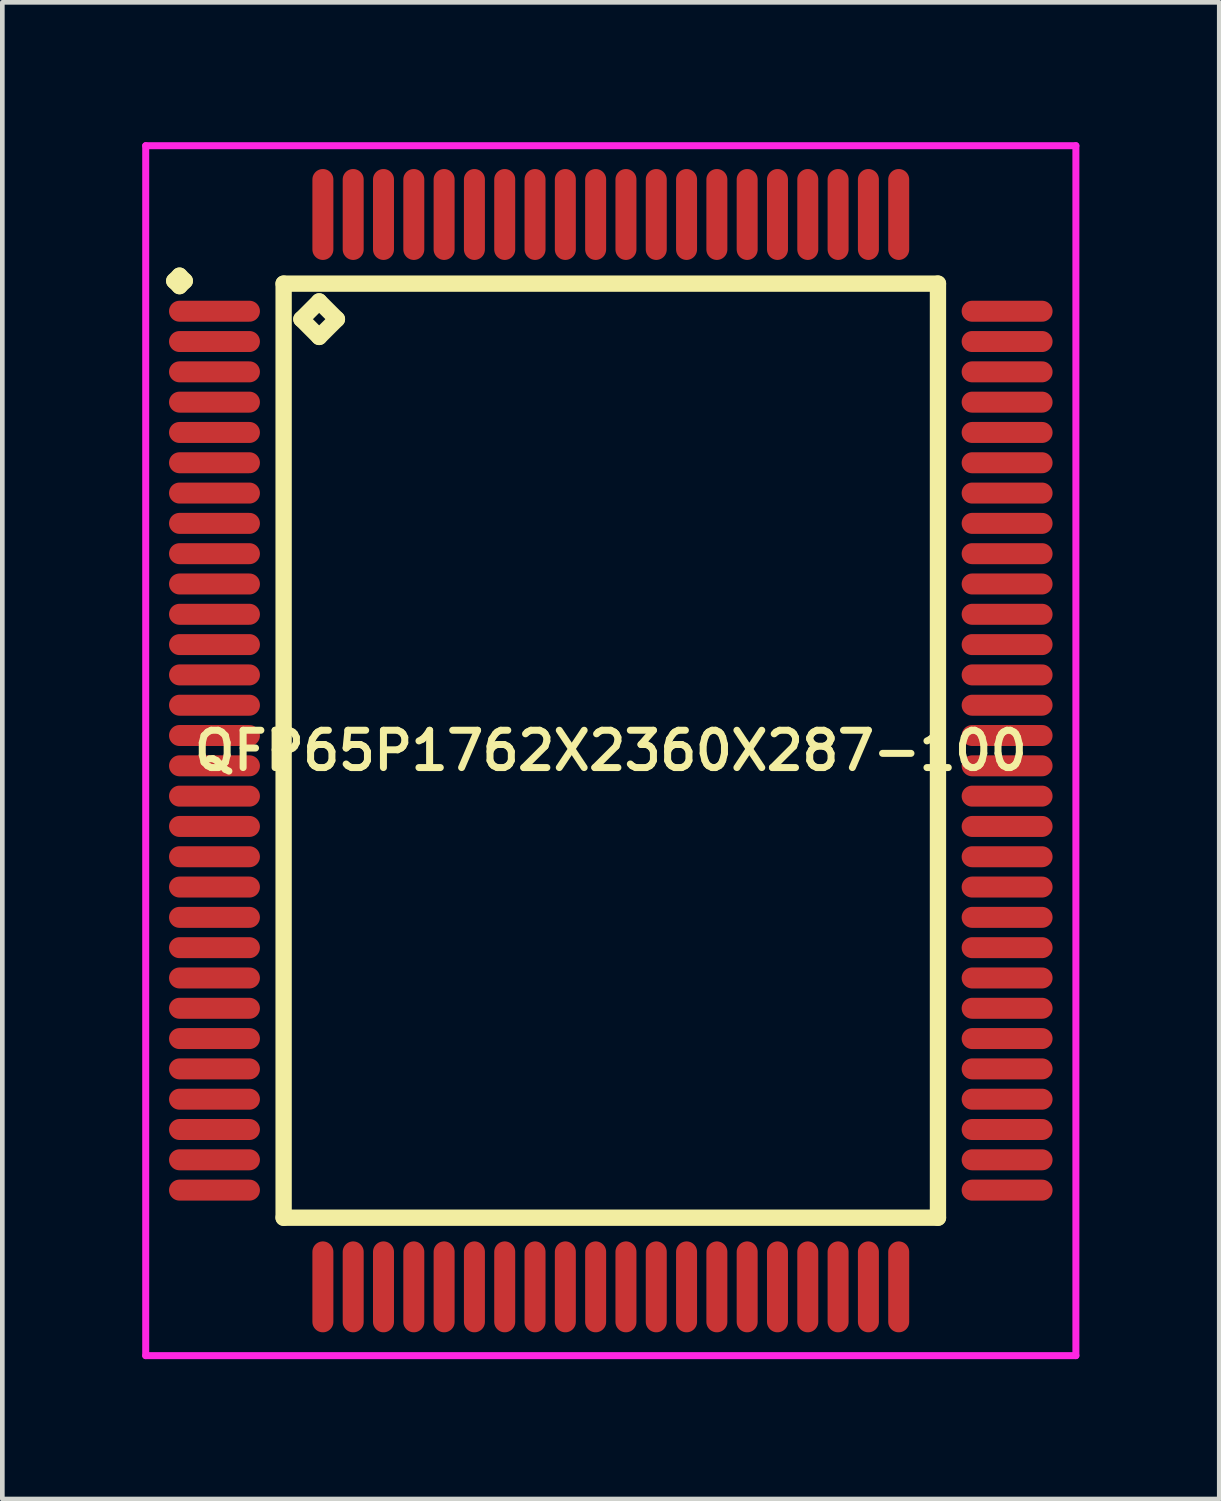
<source format=kicad_pcb>
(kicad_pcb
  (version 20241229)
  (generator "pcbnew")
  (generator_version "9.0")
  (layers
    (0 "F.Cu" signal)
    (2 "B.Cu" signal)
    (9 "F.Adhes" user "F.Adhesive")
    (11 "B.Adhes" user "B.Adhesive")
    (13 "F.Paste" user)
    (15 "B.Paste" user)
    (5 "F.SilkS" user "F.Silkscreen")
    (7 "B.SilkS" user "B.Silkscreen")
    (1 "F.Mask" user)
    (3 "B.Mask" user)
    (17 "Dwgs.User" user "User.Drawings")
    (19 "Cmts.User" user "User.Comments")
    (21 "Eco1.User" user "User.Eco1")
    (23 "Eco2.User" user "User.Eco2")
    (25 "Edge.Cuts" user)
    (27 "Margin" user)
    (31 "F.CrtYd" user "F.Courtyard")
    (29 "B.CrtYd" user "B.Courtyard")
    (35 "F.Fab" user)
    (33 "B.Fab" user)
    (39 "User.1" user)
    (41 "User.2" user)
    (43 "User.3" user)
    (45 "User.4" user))
  (footprint "QFP65P1762X2360X287-100"
    (layer "F.Cu")
    (at 10.05 13.05)
    (property "Reference" "QFP65P1762X2360X287-100" (at 0 0 0) (layer "F.SilkS") (effects (font (size 0.8 0.8) (thickness 0.15))))
    (attr smd)
    (fp_line (start -9.363 -10.075) (end -9.25 -10.188) (stroke (width 0.35) (type solid)) (layer "F.SilkS"))
    (fp_line (start -9.25 -10.188) (end -9.137 -10.075) (stroke (width 0.35) (type solid)) (layer "F.SilkS"))
    (fp_line (start -9.25 -9.963) (end -9.363 -10.075) (stroke (width 0.35) (type solid)) (layer "F.SilkS"))
    (fp_line (start -9.137 -10.075) (end -9.25 -9.963) (stroke (width 0.35) (type solid)) (layer "F.SilkS"))
    (fp_line (start -7.017 -10.017) (end -7.017 10.017) (stroke (width 0.35) (type solid)) (layer "F.SilkS"))
    (fp_line (start -7.017 10.017) (end 7.017 10.017) (stroke (width 0.35) (type solid)) (layer "F.SilkS"))
    (fp_line (start -6.636 -9.255) (end -6.255 -9.636) (stroke (width 0.35) (type solid)) (layer "F.SilkS"))
    (fp_line (start -6.255 -9.636) (end -5.874 -9.255) (stroke (width 0.35) (type solid)) (layer "F.SilkS"))
    (fp_line (start -6.255 -8.874) (end -6.636 -9.255) (stroke (width 0.35) (type solid)) (layer "F.SilkS"))
    (fp_line (start -5.874 -9.255) (end -6.255 -8.874) (stroke (width 0.35) (type solid)) (layer "F.SilkS"))
    (fp_line (start 7.017 -10.017) (end -7.017 -10.017) (stroke (width 0.35) (type solid)) (layer "F.SilkS"))
    (fp_line (start 7.017 10.017) (end 7.017 -10.017) (stroke (width 0.35) (type solid)) (layer "F.SilkS"))
    (fp_line (start -9.975 -12.975) (end 9.975 -12.975) (stroke (width 0.15) (type solid)) (layer "F.CrtYd"))
    (fp_line (start -9.975 12.975) (end -9.975 -12.975) (stroke (width 0.15) (type solid)) (layer "F.CrtYd"))
    (fp_line (start 9.975 -12.975) (end 9.975 12.975) (stroke (width 0.15) (type solid)) (layer "F.CrtYd"))
    (fp_line (start 9.975 12.975) (end -9.975 12.975) (stroke (width 0.15) (type solid)) (layer "F.CrtYd"))
    (pad "1" smd oval (at -8.5 -9.425) (size 1.95 0.45) (layers "F.Cu" "F.Mask" "F.Paste"))
    (pad "2" smd oval (at -8.5 -8.775) (size 1.95 0.45) (layers "F.Cu" "F.Mask" "F.Paste"))
    (pad "3" smd oval (at -8.5 -8.125) (size 1.95 0.45) (layers "F.Cu" "F.Mask" "F.Paste"))
    (pad "4" smd oval (at -8.5 -7.475) (size 1.95 0.45) (layers "F.Cu" "F.Mask" "F.Paste"))
    (pad "5" smd oval (at -8.5 -6.825) (size 1.95 0.45) (layers "F.Cu" "F.Mask" "F.Paste"))
    (pad "6" smd oval (at -8.5 -6.175) (size 1.95 0.45) (layers "F.Cu" "F.Mask" "F.Paste"))
    (pad "7" smd oval (at -8.5 -5.525) (size 1.95 0.45) (layers "F.Cu" "F.Mask" "F.Paste"))
    (pad "8" smd oval (at -8.5 -4.875) (size 1.95 0.45) (layers "F.Cu" "F.Mask" "F.Paste"))
    (pad "9" smd oval (at -8.5 -4.225) (size 1.95 0.45) (layers "F.Cu" "F.Mask" "F.Paste"))
    (pad "10" smd oval (at -8.5 -3.575) (size 1.95 0.45) (layers "F.Cu" "F.Mask" "F.Paste"))
    (pad "11" smd oval (at -8.5 -2.925) (size 1.95 0.45) (layers "F.Cu" "F.Mask" "F.Paste"))
    (pad "12" smd oval (at -8.5 -2.275) (size 1.95 0.45) (layers "F.Cu" "F.Mask" "F.Paste"))
    (pad "13" smd oval (at -8.5 -1.625) (size 1.95 0.45) (layers "F.Cu" "F.Mask" "F.Paste"))
    (pad "14" smd oval (at -8.5 -0.975) (size 1.95 0.45) (layers "F.Cu" "F.Mask" "F.Paste"))
    (pad "15" smd oval (at -8.5 -0.325) (size 1.95 0.45) (layers "F.Cu" "F.Mask" "F.Paste"))
    (pad "16" smd oval (at -8.5 0.325) (size 1.95 0.45) (layers "F.Cu" "F.Mask" "F.Paste"))
    (pad "17" smd oval (at -8.5 0.975) (size 1.95 0.45) (layers "F.Cu" "F.Mask" "F.Paste"))
    (pad "18" smd oval (at -8.5 1.625) (size 1.95 0.45) (layers "F.Cu" "F.Mask" "F.Paste"))
    (pad "19" smd oval (at -8.5 2.275) (size 1.95 0.45) (layers "F.Cu" "F.Mask" "F.Paste"))
    (pad "20" smd oval (at -8.5 2.925) (size 1.95 0.45) (layers "F.Cu" "F.Mask" "F.Paste"))
    (pad "21" smd oval (at -8.5 3.575) (size 1.95 0.45) (layers "F.Cu" "F.Mask" "F.Paste"))
    (pad "22" smd oval (at -8.5 4.225) (size 1.95 0.45) (layers "F.Cu" "F.Mask" "F.Paste"))
    (pad "23" smd oval (at -8.5 4.875) (size 1.95 0.45) (layers "F.Cu" "F.Mask" "F.Paste"))
    (pad "24" smd oval (at -8.5 5.525) (size 1.95 0.45) (layers "F.Cu" "F.Mask" "F.Paste"))
    (pad "25" smd oval (at -8.5 6.175) (size 1.95 0.45) (layers "F.Cu" "F.Mask" "F.Paste"))
    (pad "26" smd oval (at -8.5 6.825) (size 1.95 0.45) (layers "F.Cu" "F.Mask" "F.Paste"))
    (pad "27" smd oval (at -8.5 7.475) (size 1.95 0.45) (layers "F.Cu" "F.Mask" "F.Paste"))
    (pad "28" smd oval (at -8.5 8.125) (size 1.95 0.45) (layers "F.Cu" "F.Mask" "F.Paste"))
    (pad "29" smd oval (at -8.5 8.775) (size 1.95 0.45) (layers "F.Cu" "F.Mask" "F.Paste"))
    (pad "30" smd oval (at -8.5 9.425) (size 1.95 0.45) (layers "F.Cu" "F.Mask" "F.Paste"))
    (pad "31" smd oval (at -6.175 11.5) (size 0.45 1.95) (layers "F.Cu" "F.Mask" "F.Paste"))
    (pad "32" smd oval (at -5.525 11.5) (size 0.45 1.95) (layers "F.Cu" "F.Mask" "F.Paste"))
    (pad "33" smd oval (at -4.875 11.5) (size 0.45 1.95) (layers "F.Cu" "F.Mask" "F.Paste"))
    (pad "34" smd oval (at -4.225 11.5) (size 0.45 1.95) (layers "F.Cu" "F.Mask" "F.Paste"))
    (pad "35" smd oval (at -3.575 11.5) (size 0.45 1.95) (layers "F.Cu" "F.Mask" "F.Paste"))
    (pad "36" smd oval (at -2.925 11.5) (size 0.45 1.95) (layers "F.Cu" "F.Mask" "F.Paste"))
    (pad "37" smd oval (at -2.275 11.5) (size 0.45 1.95) (layers "F.Cu" "F.Mask" "F.Paste"))
    (pad "38" smd oval (at -1.625 11.5) (size 0.45 1.95) (layers "F.Cu" "F.Mask" "F.Paste"))
    (pad "39" smd oval (at -0.975 11.5) (size 0.45 1.95) (layers "F.Cu" "F.Mask" "F.Paste"))
    (pad "40" smd oval (at -0.325 11.5) (size 0.45 1.95) (layers "F.Cu" "F.Mask" "F.Paste"))
    (pad "41" smd oval (at 0.325 11.5) (size 0.45 1.95) (layers "F.Cu" "F.Mask" "F.Paste"))
    (pad "42" smd oval (at 0.975 11.5) (size 0.45 1.95) (layers "F.Cu" "F.Mask" "F.Paste"))
    (pad "43" smd oval (at 1.625 11.5) (size 0.45 1.95) (layers "F.Cu" "F.Mask" "F.Paste"))
    (pad "44" smd oval (at 2.275 11.5) (size 0.45 1.95) (layers "F.Cu" "F.Mask" "F.Paste"))
    (pad "45" smd oval (at 2.925 11.5) (size 0.45 1.95) (layers "F.Cu" "F.Mask" "F.Paste"))
    (pad "46" smd oval (at 3.575 11.5) (size 0.45 1.95) (layers "F.Cu" "F.Mask" "F.Paste"))
    (pad "47" smd oval (at 4.225 11.5) (size 0.45 1.95) (layers "F.Cu" "F.Mask" "F.Paste"))
    (pad "48" smd oval (at 4.875 11.5) (size 0.45 1.95) (layers "F.Cu" "F.Mask" "F.Paste"))
    (pad "49" smd oval (at 5.525 11.5) (size 0.45 1.95) (layers "F.Cu" "F.Mask" "F.Paste"))
    (pad "50" smd oval (at 6.175 11.5) (size 0.45 1.95) (layers "F.Cu" "F.Mask" "F.Paste"))
    (pad "51" smd oval (at 8.5 9.425) (size 1.95 0.45) (layers "F.Cu" "F.Mask" "F.Paste"))
    (pad "52" smd oval (at 8.5 8.775) (size 1.95 0.45) (layers "F.Cu" "F.Mask" "F.Paste"))
    (pad "53" smd oval (at 8.5 8.125) (size 1.95 0.45) (layers "F.Cu" "F.Mask" "F.Paste"))
    (pad "54" smd oval (at 8.5 7.475) (size 1.95 0.45) (layers "F.Cu" "F.Mask" "F.Paste"))
    (pad "55" smd oval (at 8.5 6.825) (size 1.95 0.45) (layers "F.Cu" "F.Mask" "F.Paste"))
    (pad "56" smd oval (at 8.5 6.175) (size 1.95 0.45) (layers "F.Cu" "F.Mask" "F.Paste"))
    (pad "57" smd oval (at 8.5 5.525) (size 1.95 0.45) (layers "F.Cu" "F.Mask" "F.Paste"))
    (pad "58" smd oval (at 8.5 4.875) (size 1.95 0.45) (layers "F.Cu" "F.Mask" "F.Paste"))
    (pad "59" smd oval (at 8.5 4.225) (size 1.95 0.45) (layers "F.Cu" "F.Mask" "F.Paste"))
    (pad "60" smd oval (at 8.5 3.575) (size 1.95 0.45) (layers "F.Cu" "F.Mask" "F.Paste"))
    (pad "61" smd oval (at 8.5 2.925) (size 1.95 0.45) (layers "F.Cu" "F.Mask" "F.Paste"))
    (pad "62" smd oval (at 8.5 2.275) (size 1.95 0.45) (layers "F.Cu" "F.Mask" "F.Paste"))
    (pad "63" smd oval (at 8.5 1.625) (size 1.95 0.45) (layers "F.Cu" "F.Mask" "F.Paste"))
    (pad "64" smd oval (at 8.5 0.975) (size 1.95 0.45) (layers "F.Cu" "F.Mask" "F.Paste"))
    (pad "65" smd oval (at 8.5 0.325) (size 1.95 0.45) (layers "F.Cu" "F.Mask" "F.Paste"))
    (pad "66" smd oval (at 8.5 -0.325) (size 1.95 0.45) (layers "F.Cu" "F.Mask" "F.Paste"))
    (pad "67" smd oval (at 8.5 -0.975) (size 1.95 0.45) (layers "F.Cu" "F.Mask" "F.Paste"))
    (pad "68" smd oval (at 8.5 -1.625) (size 1.95 0.45) (layers "F.Cu" "F.Mask" "F.Paste"))
    (pad "69" smd oval (at 8.5 -2.275) (size 1.95 0.45) (layers "F.Cu" "F.Mask" "F.Paste"))
    (pad "70" smd oval (at 8.5 -2.925) (size 1.95 0.45) (layers "F.Cu" "F.Mask" "F.Paste"))
    (pad "71" smd oval (at 8.5 -3.575) (size 1.95 0.45) (layers "F.Cu" "F.Mask" "F.Paste"))
    (pad "72" smd oval (at 8.5 -4.225) (size 1.95 0.45) (layers "F.Cu" "F.Mask" "F.Paste"))
    (pad "73" smd oval (at 8.5 -4.875) (size 1.95 0.45) (layers "F.Cu" "F.Mask" "F.Paste"))
    (pad "74" smd oval (at 8.5 -5.525) (size 1.95 0.45) (layers "F.Cu" "F.Mask" "F.Paste"))
    (pad "75" smd oval (at 8.5 -6.175) (size 1.95 0.45) (layers "F.Cu" "F.Mask" "F.Paste"))
    (pad "76" smd oval (at 8.5 -6.825) (size 1.95 0.45) (layers "F.Cu" "F.Mask" "F.Paste"))
    (pad "77" smd oval (at 8.5 -7.475) (size 1.95 0.45) (layers "F.Cu" "F.Mask" "F.Paste"))
    (pad "78" smd oval (at 8.5 -8.125) (size 1.95 0.45) (layers "F.Cu" "F.Mask" "F.Paste"))
    (pad "79" smd oval (at 8.5 -8.775) (size 1.95 0.45) (layers "F.Cu" "F.Mask" "F.Paste"))
    (pad "80" smd oval (at 8.5 -9.425) (size 1.95 0.45) (layers "F.Cu" "F.Mask" "F.Paste"))
    (pad "81" smd oval (at 6.175 -11.5) (size 0.45 1.95) (layers "F.Cu" "F.Mask" "F.Paste"))
    (pad "82" smd oval (at 5.525 -11.5) (size 0.45 1.95) (layers "F.Cu" "F.Mask" "F.Paste"))
    (pad "83" smd oval (at 4.875 -11.5) (size 0.45 1.95) (layers "F.Cu" "F.Mask" "F.Paste"))
    (pad "84" smd oval (at 4.225 -11.5) (size 0.45 1.95) (layers "F.Cu" "F.Mask" "F.Paste"))
    (pad "85" smd oval (at 3.575 -11.5) (size 0.45 1.95) (layers "F.Cu" "F.Mask" "F.Paste"))
    (pad "86" smd oval (at 2.925 -11.5) (size 0.45 1.95) (layers "F.Cu" "F.Mask" "F.Paste"))
    (pad "87" smd oval (at 2.275 -11.5) (size 0.45 1.95) (layers "F.Cu" "F.Mask" "F.Paste"))
    (pad "88" smd oval (at 1.625 -11.5) (size 0.45 1.95) (layers "F.Cu" "F.Mask" "F.Paste"))
    (pad "89" smd oval (at 0.975 -11.5) (size 0.45 1.95) (layers "F.Cu" "F.Mask" "F.Paste"))
    (pad "90" smd oval (at 0.325 -11.5) (size 0.45 1.95) (layers "F.Cu" "F.Mask" "F.Paste"))
    (pad "91" smd oval (at -0.325 -11.5) (size 0.45 1.95) (layers "F.Cu" "F.Mask" "F.Paste"))
    (pad "92" smd oval (at -0.975 -11.5) (size 0.45 1.95) (layers "F.Cu" "F.Mask" "F.Paste"))
    (pad "93" smd oval (at -1.625 -11.5) (size 0.45 1.95) (layers "F.Cu" "F.Mask" "F.Paste"))
    (pad "94" smd oval (at -2.275 -11.5) (size 0.45 1.95) (layers "F.Cu" "F.Mask" "F.Paste"))
    (pad "95" smd oval (at -2.925 -11.5) (size 0.45 1.95) (layers "F.Cu" "F.Mask" "F.Paste"))
    (pad "96" smd oval (at -3.575 -11.5) (size 0.45 1.95) (layers "F.Cu" "F.Mask" "F.Paste"))
    (pad "97" smd oval (at -4.225 -11.5) (size 0.45 1.95) (layers "F.Cu" "F.Mask" "F.Paste"))
    (pad "98" smd oval (at -4.875 -11.5) (size 0.45 1.95) (layers "F.Cu" "F.Mask" "F.Paste"))
    (pad "99" smd oval (at -5.525 -11.5) (size 0.45 1.95) (layers "F.Cu" "F.Mask" "F.Paste"))
    (pad "100" smd oval (at -6.175 -11.5) (size 0.45 1.95) (layers "F.Cu" "F.Mask" "F.Paste")))
  (gr_rect
    (start -3 -3)
    (end 23.1 29.1)
    (stroke (width 0.1) (type default))
    (fill no)
    (layer "Edge.Cuts")))
</source>
